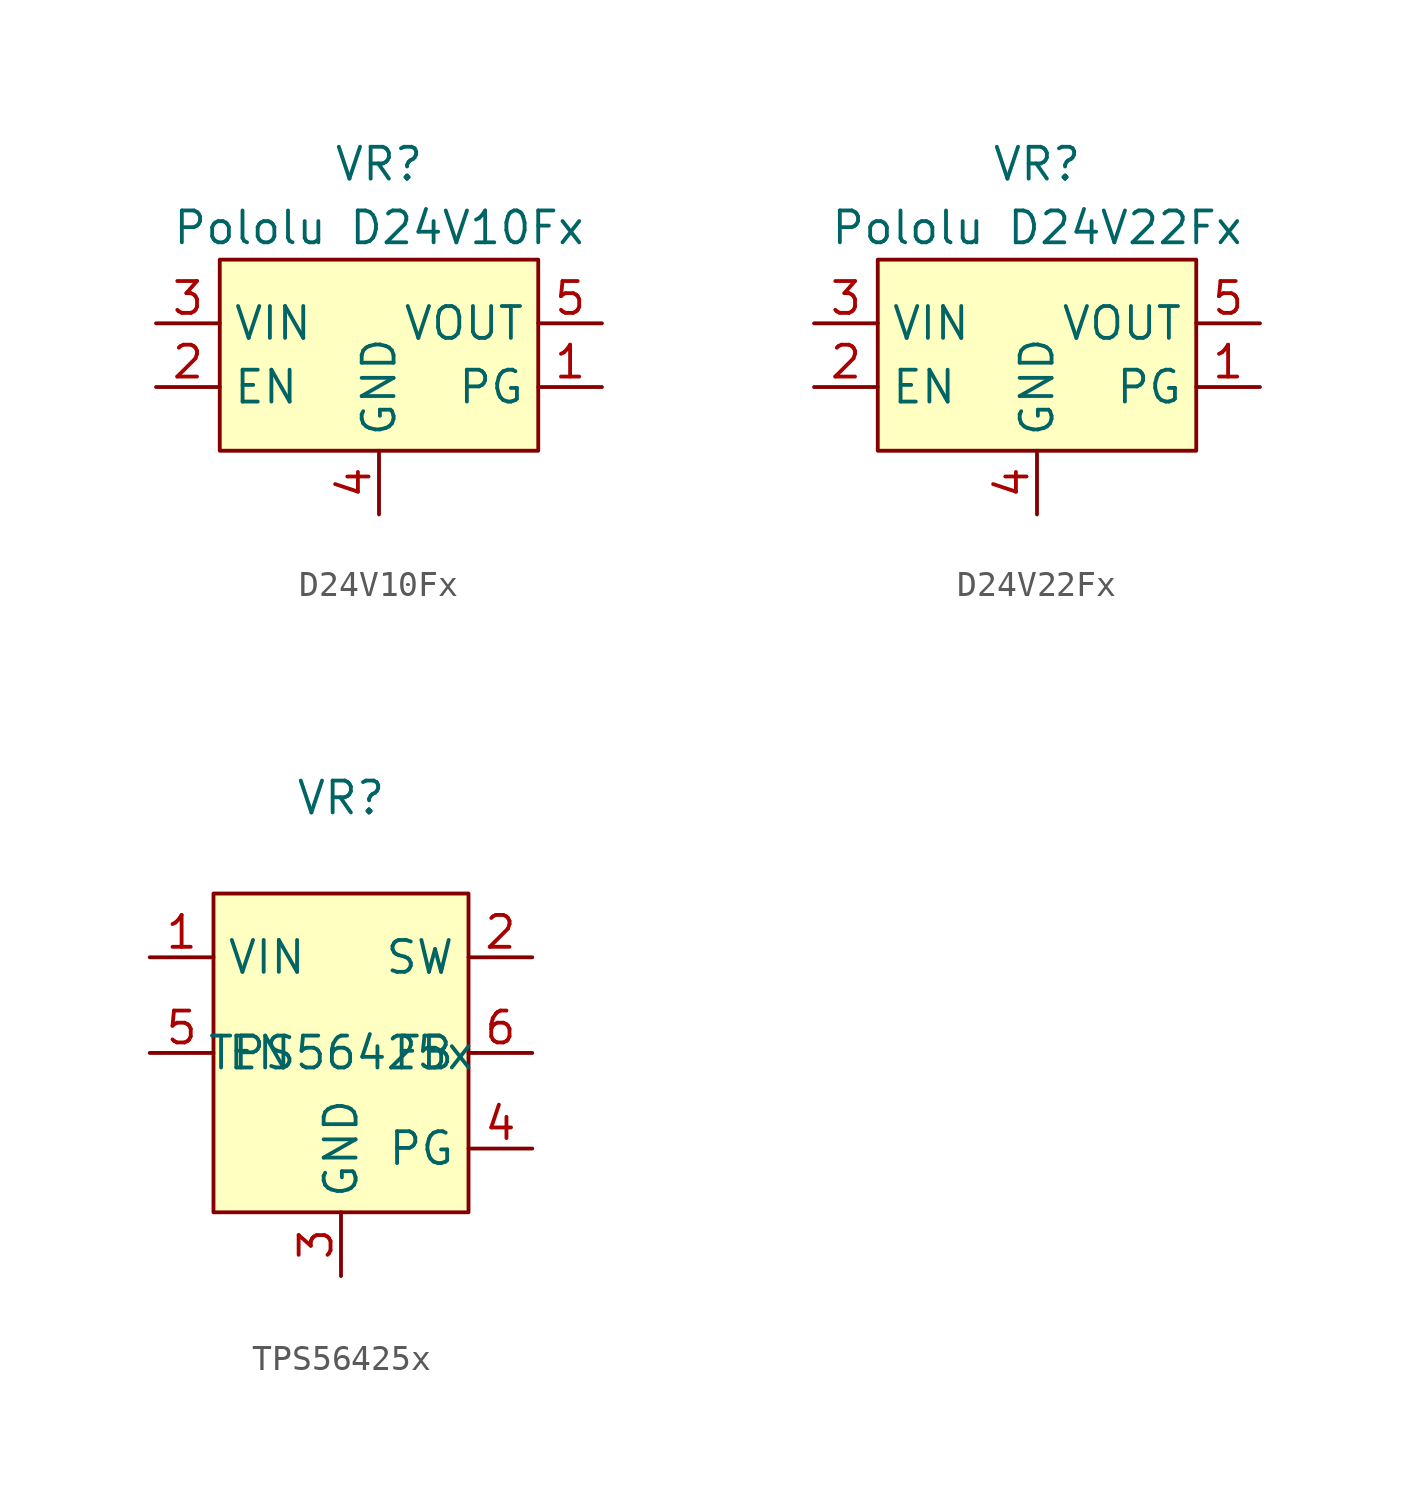
<source format=kicad_sym>
(kicad_symbol_lib
  (version 20220914)
  (generator kicad_symbol_editor)
  (symbol "D24V10Fx"
    (property "Reference" "VR"
      (at 0 3.81 0)
      (effects (font (size 1.27 1.27))))
    (property "Value" "Pololu D24V10Fx"
      (at 0 1.27 0)
      (effects (font (size 1.27 1.27))))
    (symbol "D24V10Fx_1_1"
      (rectangle (start -6.35 0) (end 6.35 -7.62) (stroke (width 0) (type default)) (fill (type background)))
      (pin open_collector line (at 8.89 -5.08 180) (length 2.54) (name "PG" (effects (font (size 1.27 1.27)))) (number "1" (effects (font (size 1.27 1.27)))))
      (pin input line (at -8.89 -5.08 0) (length 2.54) (name "EN" (effects (font (size 1.27 1.27)))) (number "2" (effects (font (size 1.27 1.27)))))
      (pin power_in line (at -8.89 -2.54 0) (length 2.54) (name "VIN" (effects (font (size 1.27 1.27)))) (number "3" (effects (font (size 1.27 1.27)))))
      (pin power_in line (at 0 -10.16 90) (length 2.54) (name "GND" (effects (font (size 1.27 1.27)))) (number "4" (effects (font (size 1.27 1.27)))))
      (pin power_out line (at 8.89 -2.54 180) (length 2.54) (name "VOUT" (effects (font (size 1.27 1.27)))) (number "5" (effects (font (size 1.27 1.27)))))))
  (symbol "D24V22Fx"
    (property "Reference" "VR"
      (at 0 3.81 0)
      (effects (font (size 1.27 1.27))))
    (property "Value" "Pololu D24V22Fx"
      (at 0 1.27 0)
      (effects (font (size 1.27 1.27))))
    (symbol "D24V22Fx_1_1"
      (rectangle (start -6.35 0) (end 6.35 -7.62) (stroke (width 0) (type default)) (fill (type background)))
      (pin open_collector line (at 8.89 -5.08 180) (length 2.54) (name "PG" (effects (font (size 1.27 1.27)))) (number "1" (effects (font (size 1.27 1.27)))))
      (pin input line (at -8.89 -5.08 0) (length 2.54) (name "EN" (effects (font (size 1.27 1.27)))) (number "2" (effects (font (size 1.27 1.27)))))
      (pin power_in line (at -8.89 -2.54 0) (length 2.54) (name "VIN" (effects (font (size 1.27 1.27)))) (number "3" (effects (font (size 1.27 1.27)))))
      (pin power_in line (at 0 -10.16 90) (length 2.54) (name "GND" (effects (font (size 1.27 1.27)))) (number "4" (effects (font (size 1.27 1.27)))))
      (pin power_out line (at 8.89 -2.54 180) (length 2.54) (name "VOUT" (effects (font (size 1.27 1.27)))) (number "5" (effects (font (size 1.27 1.27)))))
      (pin power_in line (at 0 -10.16 90) (length 2.54) hide (name "GND" (effects (font (size 1.27 1.27)))) (number "6" (effects (font (size 1.27 1.27)))))))
  (symbol "TPS56425x"
    (property "Reference" "VR"
      (at 0 10.16 0)
      (effects (font (size 1.27 1.27))))
    (property "Value" "TPS56425x"
      (at 0 0 0)
      (effects (font (size 1.27 1.27))))
    (symbol "TPS56425x_1_1"
      (rectangle (start -5.08 6.35) (end 5.08 -6.35) (stroke (width 0) (type default)) (fill (type background)))
      (pin power_in line (at -7.62 3.81 0) (length 2.54) (name "VIN" (effects (font (size 1.27 1.27)))) (number "1" (effects (font (size 1.27 1.27)))))
      (pin power_out line (at 7.62 3.81 180) (length 2.54) (name "SW" (effects (font (size 1.27 1.27)))) (number "2" (effects (font (size 1.27 1.27)))))
      (pin power_out line (at 0 -8.89 90) (length 2.54) (name "GND" (effects (font (size 1.27 1.27)))) (number "3" (effects (font (size 1.27 1.27)))))
      (pin open_collector line (at 7.62 -3.81 180) (length 2.54) (name "PG" (effects (font (size 1.27 1.27)))) (number "4" (effects (font (size 1.27 1.27)))))
      (pin input line (at -7.62 0 0) (length 2.54) (name "EN" (effects (font (size 1.27 1.27)))) (number "5" (effects (font (size 1.27 1.27)))))
      (pin input line (at 7.62 0 180) (length 2.54) (name "FB" (effects (font (size 1.27 1.27)))) (number "6" (effects (font (size 1.27 1.27))))))))
</source>
